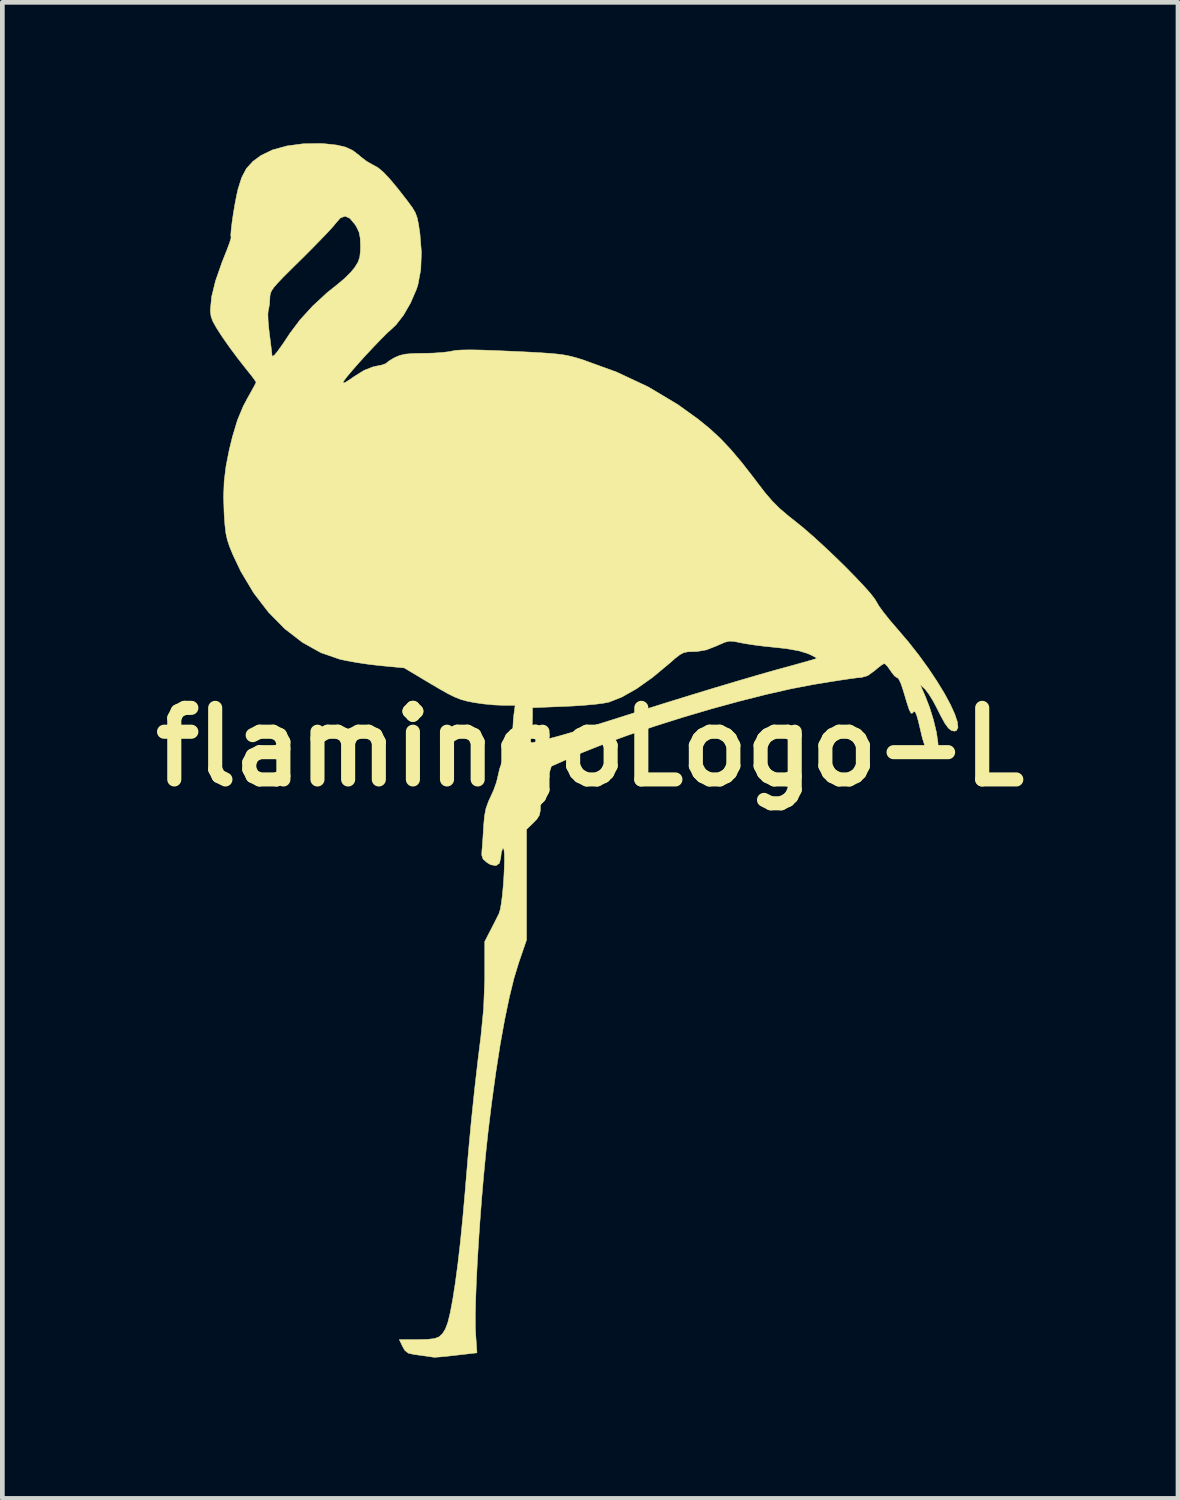
<source format=kicad_pcb>
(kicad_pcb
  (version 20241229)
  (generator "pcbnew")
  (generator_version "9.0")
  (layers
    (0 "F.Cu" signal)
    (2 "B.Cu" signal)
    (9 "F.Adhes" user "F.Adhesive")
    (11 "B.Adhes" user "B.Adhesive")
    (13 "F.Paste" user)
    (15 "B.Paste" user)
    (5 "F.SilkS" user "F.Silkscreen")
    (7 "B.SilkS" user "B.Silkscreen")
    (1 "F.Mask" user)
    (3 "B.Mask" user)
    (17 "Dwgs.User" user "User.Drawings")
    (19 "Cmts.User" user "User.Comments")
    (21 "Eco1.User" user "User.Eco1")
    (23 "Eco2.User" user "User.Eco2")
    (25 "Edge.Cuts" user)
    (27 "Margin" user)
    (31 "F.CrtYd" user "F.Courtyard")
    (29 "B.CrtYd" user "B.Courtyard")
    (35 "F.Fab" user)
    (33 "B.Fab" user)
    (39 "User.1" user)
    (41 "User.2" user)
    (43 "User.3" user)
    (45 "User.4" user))
  (footprint "flamingoLogo-L"
    (layer "F.Cu")
    (at 9.514 12.854)
    (property "Reference" "flamingoLogo-L" (at 0 0 0) (layer "F.SilkS") (effects (font (size 1.524 1.524) (thickness 0.3))))
    (attr through_hole)
    (fp_poly (pts (xy -5.645 -12.843) (xy -5.396 -12.816) (xy -5.208 -12.772) (xy -5.058 -12.703) (xy -4.921 -12.599) (xy -4.889 -12.57) (xy -4.763 -12.472) (xy -4.623 -12.392) (xy -4.608 -12.386) (xy -4.511 -12.33) (xy -4.398 -12.234) (xy -4.262 -12.089) (xy -4.095 -11.889) (xy -3.889 -11.624) (xy -3.88 -11.612) (xy -3.787 -11.485) (xy -3.725 -11.381) (xy -3.684 -11.273) (xy -3.655 -11.135) (xy -3.626 -10.94) (xy -3.625 -10.935) (xy -3.593 -10.533) (xy -3.607 -10.163) (xy -3.667 -9.842) (xy -3.699 -9.744) (xy -3.825 -9.453) (xy -3.974 -9.195) (xy -4.133 -8.99) (xy -4.22 -8.907) (xy -4.318 -8.819) (xy -4.45 -8.687) (xy -4.604 -8.527) (xy -4.767 -8.353) (xy -4.926 -8.178) (xy -5.067 -8.017) (xy -5.178 -7.884) (xy -5.246 -7.793) (xy -5.255 -7.778) (xy -5.259 -7.747) (xy -5.208 -7.766) (xy -5.097 -7.837) (xy -5.031 -7.884) (xy -4.811 -8.021) (xy -4.621 -8.095) (xy -4.559 -8.108) (xy -4.436 -8.133) (xy -4.353 -8.162) (xy -4.336 -8.176) (xy -4.286 -8.217) (xy -4.19 -8.276) (xy -4.147 -8.298) (xy -4.049 -8.339) (xy -3.934 -8.365) (xy -3.78 -8.378) (xy -3.566 -8.382) (xy -3.547 -8.382) (xy -3.342 -8.387) (xy -3.15 -8.4) (xy -2.999 -8.418) (xy -2.942 -8.43) (xy -2.86 -8.445) (xy -2.734 -8.453) (xy -2.558 -8.456) (xy -2.322 -8.452) (xy -2.017 -8.441) (xy -1.672 -8.426) (xy -1.332 -8.41) (xy -1.063 -8.395) (xy -0.852 -8.381) (xy -0.685 -8.365) (xy -0.548 -8.346) (xy -0.429 -8.322) (xy -0.313 -8.292) (xy -0.187 -8.254) (xy -0.17 -8.249) (xy 0.563 -7.983) (xy 1.237 -7.667) (xy 1.866 -7.291) (xy 2.302 -6.977) (xy 2.545 -6.779) (xy 2.771 -6.57) (xy 2.993 -6.335) (xy 3.226 -6.059) (xy 3.484 -5.728) (xy 3.551 -5.638) (xy 3.725 -5.412) (xy 3.879 -5.233) (xy 4.037 -5.076) (xy 4.224 -4.917) (xy 4.355 -4.814) (xy 4.54 -4.664) (xy 4.75 -4.482) (xy 4.973 -4.278) (xy 5.201 -4.063) (xy 5.424 -3.846) (xy 5.63 -3.636) (xy 5.811 -3.445) (xy 5.957 -3.282) (xy 6.056 -3.156) (xy 6.096 -3.09) (xy 6.146 -3.004) (xy 6.242 -2.872) (xy 6.369 -2.712) (xy 6.517 -2.539) (xy 6.551 -2.5) (xy 6.782 -2.229) (xy 7.001 -1.95) (xy 7.203 -1.671) (xy 7.384 -1.399) (xy 7.541 -1.142) (xy 7.668 -0.907) (xy 7.761 -0.703) (xy 7.817 -0.537) (xy 7.83 -0.417) (xy 7.797 -0.35) (xy 7.754 -0.339) (xy 7.688 -0.353) (xy 7.624 -0.406) (xy 7.551 -0.506) (xy 7.463 -0.667) (xy 7.391 -0.81) (xy 7.305 -0.974) (xy 7.217 -1.118) (xy 7.143 -1.217) (xy 7.129 -1.232) (xy 7.024 -1.33) (xy 7.126 -1.099) (xy 7.225 -0.847) (xy 7.308 -0.578) (xy 7.371 -0.317) (xy 7.404 -0.092) (xy 7.408 -0.008) (xy 7.403 0.115) (xy 7.389 0.194) (xy 7.377 0.21) (xy 7.325 0.185) (xy 7.242 0.124) (xy 7.231 0.115) (xy 7.168 0.048) (xy 7.118 -0.047) (xy 7.072 -0.191) (xy 7.034 -0.352) (xy 6.986 -0.555) (xy 6.949 -0.684) (xy 6.919 -0.748) (xy 6.89 -0.757) (xy 6.86 -0.722) (xy 6.831 -0.721) (xy 6.791 -0.797) (xy 6.74 -0.954) (xy 6.733 -0.977) (xy 6.667 -1.198) (xy 6.617 -1.348) (xy 6.576 -1.437) (xy 6.541 -1.477) (xy 6.524 -1.482) (xy 6.478 -1.515) (xy 6.414 -1.597) (xy 6.392 -1.63) (xy 6.326 -1.723) (xy 6.273 -1.774) (xy 6.262 -1.778) (xy 6.211 -1.752) (xy 6.122 -1.684) (xy 6.059 -1.63) (xy 5.908 -1.52) (xy 5.774 -1.482) (xy 5.764 -1.482) (xy 5.683 -1.475) (xy 5.534 -1.455) (xy 5.33 -1.425) (xy 5.088 -1.387) (xy 4.821 -1.343) (xy 4.753 -1.332) (xy 4.275 -1.24) (xy 3.742 -1.119) (xy 3.169 -0.974) (xy 2.573 -0.811) (xy 1.971 -0.633) (xy 1.379 -0.446) (xy 0.813 -0.255) (xy 0.291 -0.065) (xy -0.172 0.119) (xy -0.36 0.201) (xy -0.826 0.408) (xy -0.899 0.636) (xy -0.947 0.769) (xy -0.993 0.87) (xy -1.016 0.906) (xy -1.038 0.968) (xy -1.054 1.087) (xy -1.058 1.207) (xy -1.062 1.356) (xy -1.083 1.453) (xy -1.132 1.531) (xy -1.206 1.609) (xy -1.355 1.752) (xy -1.355 4.107) (xy -1.523 4.596) (xy -1.622 4.922) (xy -1.721 5.326) (xy -1.82 5.8) (xy -1.917 6.339) (xy -2.01 6.936) (xy -2.099 7.583) (xy -2.176 8.213) (xy -2.222 8.646) (xy -2.266 9.105) (xy -2.307 9.58) (xy -2.344 10.058) (xy -2.376 10.528) (xy -2.403 10.979) (xy -2.424 11.399) (xy -2.438 11.777) (xy -2.445 12.102) (xy -2.444 12.361) (xy -2.438 12.491) (xy -2.41 12.896) (xy -2.846 12.946) (xy -3.031 12.967) (xy -3.186 12.982) (xy -3.291 12.99) (xy -3.323 12.991) (xy -3.395 12.98) (xy -3.471 12.969) (xy -3.584 12.953) (xy -3.725 12.934) (xy -3.75 12.931) (xy -3.872 12.903) (xy -3.945 12.845) (xy -3.993 12.762) (xy -4.063 12.615) (xy -3.672 12.614) (xy -3.46 12.609) (xy -3.314 12.592) (xy -3.215 12.554) (xy -3.144 12.488) (xy -3.082 12.387) (xy -3.078 12.378) (xy -3.029 12.246) (xy -2.978 12.036) (xy -2.925 11.754) (xy -2.871 11.407) (xy -2.817 11.003) (xy -2.764 10.546) (xy -2.714 10.044) (xy -2.666 9.504) (xy -2.645 9.25) (xy -2.591 8.61) (xy -2.529 7.945) (xy -2.46 7.283) (xy -2.388 6.653) (xy -2.327 6.165) (xy -2.269 5.573) (xy -2.244 4.948) (xy -2.244 4.837) (xy -2.244 4.138) (xy -2.11 3.879) (xy -2.037 3.736) (xy -1.976 3.615) (xy -1.941 3.545) (xy -1.915 3.461) (xy -1.891 3.326) (xy -1.869 3.154) (xy -1.851 2.96) (xy -1.837 2.758) (xy -1.828 2.564) (xy -1.824 2.391) (xy -1.827 2.255) (xy -1.838 2.171) (xy -1.857 2.152) (xy -1.863 2.159) (xy -1.892 2.245) (xy -1.904 2.357) (xy -1.932 2.474) (xy -2.006 2.524) (xy -2.117 2.505) (xy -2.197 2.458) (xy -2.28 2.385) (xy -2.308 2.301) (xy -2.305 2.212) (xy -2.295 2.094) (xy -2.283 1.925) (xy -2.271 1.734) (xy -2.269 1.686) (xy -2.25 1.471) (xy -2.218 1.305) (xy -2.164 1.155) (xy -2.125 1.072) (xy -2.053 0.912) (xy -1.996 0.752) (xy -1.972 0.656) (xy -1.926 0.456) (xy -1.864 0.285) (xy -1.796 0.161) (xy -1.73 0.104) (xy -1.687 0.078) (xy -1.663 0.021) (xy -1.653 -0.086) (xy -1.652 -0.156) (xy -1.269 -0.156) (xy -1.262 -0.101) (xy -1.23 -0.093) (xy -1.202 -0.1) (xy -1.122 -0.121) (xy -0.987 -0.154) (xy -0.828 -0.191) (xy -0.826 -0.192) (xy -0.699 -0.225) (xy -0.509 -0.279) (xy -0.269 -0.35) (xy 0.003 -0.433) (xy 0.293 -0.524) (xy 0.445 -0.572) (xy 1.011 -0.752) (xy 1.576 -0.93) (xy 2.126 -1.1) (xy 2.65 -1.26) (xy 3.136 -1.405) (xy 3.572 -1.533) (xy 3.948 -1.64) (xy 4.149 -1.695) (xy 4.372 -1.756) (xy 4.564 -1.81) (xy 4.712 -1.852) (xy 4.801 -1.88) (xy 4.821 -1.888) (xy 4.796 -1.911) (xy 4.712 -1.955) (xy 4.632 -1.991) (xy 4.446 -2.048) (xy 4.185 -2.095) (xy 3.938 -2.122) (xy 3.713 -2.145) (xy 3.491 -2.173) (xy 3.301 -2.202) (xy 3.201 -2.221) (xy 3.064 -2.249) (xy 2.966 -2.255) (xy 2.872 -2.233) (xy 2.748 -2.18) (xy 2.693 -2.155) (xy 2.474 -2.069) (xy 2.272 -2.034) (xy 2.201 -2.032) (xy 2.084 -2.029) (xy 1.996 -2.012) (xy 1.914 -1.97) (xy 1.812 -1.892) (xy 1.693 -1.787) (xy 1.329 -1.484) (xy 0.986 -1.241) (xy 0.671 -1.063) (xy 0.398 -0.956) (xy 0.284 -0.934) (xy 0.106 -0.911) (xy -0.117 -0.891) (xy -0.366 -0.874) (xy -0.519 -0.867) (xy -1.228 -0.838) (xy -1.228 -0.658) (xy -1.234 -0.497) (xy -1.25 -0.32) (xy -1.255 -0.276) (xy -1.269 -0.156) (xy -1.652 -0.156) (xy -1.651 -0.209) (xy -1.647 -0.394) (xy -1.636 -0.578) (xy -1.624 -0.693) (xy -1.597 -0.889) (xy -1.867 -0.889) (xy -2.047 -0.897) (xy -2.265 -0.918) (xy -2.474 -0.948) (xy -2.484 -0.95) (xy -2.629 -0.979) (xy -2.755 -1.014) (xy -2.883 -1.065) (xy -3.03 -1.138) (xy -3.216 -1.243) (xy -3.394 -1.348) (xy -3.958 -1.685) (xy -4.463 -1.733) (xy -4.709 -1.761) (xy -4.967 -1.799) (xy -5.202 -1.842) (xy -5.331 -1.87) (xy -5.735 -2.01) (xy -6.127 -2.229) (xy -6.5 -2.517) (xy -6.848 -2.87) (xy -7.162 -3.279) (xy -7.437 -3.739) (xy -7.605 -4.093) (xy -7.676 -4.266) (xy -7.724 -4.409) (xy -7.755 -4.551) (xy -7.775 -4.718) (xy -7.791 -4.939) (xy -7.793 -4.974) (xy -7.804 -5.331) (xy -7.792 -5.656) (xy -7.753 -5.976) (xy -7.685 -6.323) (xy -7.616 -6.604) (xy -7.509 -6.96) (xy -7.385 -7.258) (xy -7.3 -7.418) (xy -7.217 -7.566) (xy -7.152 -7.684) (xy -7.116 -7.756) (xy -7.112 -7.768) (xy -7.137 -7.808) (xy -7.204 -7.899) (xy -7.302 -8.022) (xy -7.362 -8.097) (xy -7.505 -8.28) (xy -7.665 -8.495) (xy -7.812 -8.704) (xy -7.849 -8.759) (xy -7.961 -8.933) (xy -8.032 -9.061) (xy -8.07 -9.163) (xy -8.078 -9.223) (xy -6.861 -9.223) (xy -6.857 -9.087) (xy -6.842 -8.914) (xy -6.83 -8.811) (xy -6.807 -8.628) (xy -6.788 -8.474) (xy -6.776 -8.369) (xy -6.774 -8.34) (xy -6.759 -8.317) (xy -6.717 -8.348) (xy -6.643 -8.44) (xy -6.533 -8.595) (xy -6.392 -8.808) (xy -6.179 -9.092) (xy -5.91 -9.386) (xy -5.605 -9.669) (xy -5.37 -9.857) (xy -5.226 -9.978) (xy -5.092 -10.112) (xy -5.011 -10.211) (xy -4.942 -10.324) (xy -4.905 -10.431) (xy -4.891 -10.569) (xy -4.889 -10.667) (xy -4.896 -10.839) (xy -4.921 -10.963) (xy -4.974 -11.074) (xy -5.007 -11.126) (xy -5.115 -11.256) (xy -5.217 -11.302) (xy -5.318 -11.264) (xy -5.411 -11.159) (xy -5.47 -11.086) (xy -5.579 -10.966) (xy -5.729 -10.81) (xy -5.907 -10.628) (xy -6.103 -10.431) (xy -6.162 -10.373) (xy -6.377 -10.161) (xy -6.539 -9.999) (xy -6.655 -9.877) (xy -6.734 -9.786) (xy -6.782 -9.716) (xy -6.807 -9.658) (xy -6.817 -9.602) (xy -6.819 -9.554) (xy -6.828 -9.422) (xy -6.847 -9.315) (xy -6.853 -9.298) (xy -6.861 -9.223) (xy -8.078 -9.223) (xy -8.084 -9.261) (xy -8.085 -9.309) (xy -8.058 -9.59) (xy -7.976 -9.924) (xy -7.839 -10.316) (xy -7.797 -10.422) (xy -7.729 -10.593) (xy -7.678 -10.732) (xy -7.649 -10.823) (xy -7.645 -10.849) (xy -7.651 -10.9) (xy -7.642 -11.015) (xy -7.623 -11.176) (xy -7.596 -11.363) (xy -7.563 -11.557) (xy -7.528 -11.739) (xy -7.496 -11.882) (xy -7.417 -12.13) (xy -7.317 -12.318) (xy -7.178 -12.47) (xy -7.006 -12.596) (xy -6.762 -12.713) (xy -6.457 -12.797) (xy -6.112 -12.843) (xy -5.743 -12.849) (xy -5.645 -12.843)) (stroke (width 0.01) (type solid)) (fill yes) (layer "F.SilkS")))
  (gr_rect
    (start -3 -3)
    (end 22.028 28.849)
    (stroke (width 0.1) (type default))
    (fill no)
    (layer "Edge.Cuts")))
</source>
